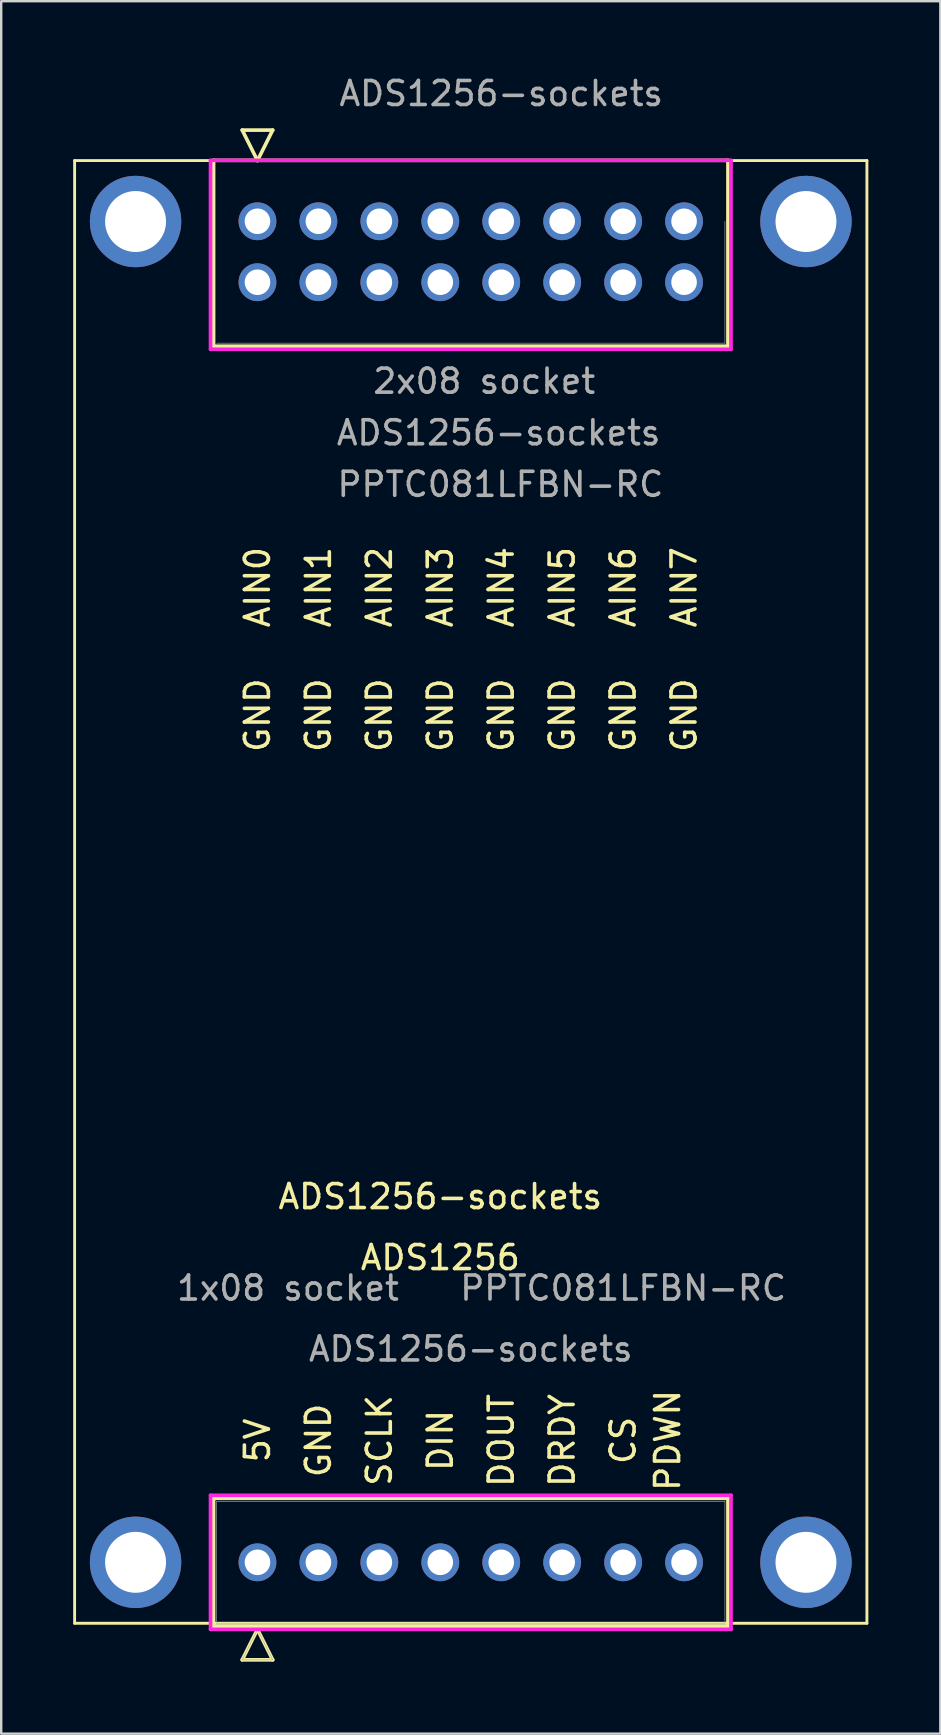
<source format=kicad_pcb>
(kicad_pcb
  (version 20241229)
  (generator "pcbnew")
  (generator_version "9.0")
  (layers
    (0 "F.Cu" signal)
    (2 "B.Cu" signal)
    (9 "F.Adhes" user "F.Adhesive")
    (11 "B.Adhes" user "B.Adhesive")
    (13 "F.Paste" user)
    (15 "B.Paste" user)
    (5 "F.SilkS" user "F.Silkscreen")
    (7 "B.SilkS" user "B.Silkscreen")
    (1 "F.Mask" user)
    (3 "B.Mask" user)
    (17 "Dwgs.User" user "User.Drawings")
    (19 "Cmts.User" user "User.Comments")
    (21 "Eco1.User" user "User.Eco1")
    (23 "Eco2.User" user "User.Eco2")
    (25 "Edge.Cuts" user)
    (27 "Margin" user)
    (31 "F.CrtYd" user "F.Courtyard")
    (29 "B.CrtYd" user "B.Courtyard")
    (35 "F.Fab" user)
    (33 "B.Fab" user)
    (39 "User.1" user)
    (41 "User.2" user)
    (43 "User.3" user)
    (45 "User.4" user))
  (footprint "ADS1256-sockets"
    (layer "F.Cu")
    (at 7.68 62.062)
    (property "Reference" "ADS1256-sockets" (at 7.62 -15.24 0) (layer "F.SilkS") (effects (font (size 1 1) (thickness 0.15))))
    (attr through_hole)
    (fp_line (start -7.62 -58.42) (end -7.62 2.54) (stroke (width 0.12) (type solid)) (layer "F.SilkS"))
    (fp_line (start -1.829 -58.43) (end -1.829 -50.683) (stroke (width 0.152) (type solid)) (layer "F.SilkS"))
    (fp_line (start -1.829 -50.683) (end 19.609 -50.683) (stroke (width 0.152) (type solid)) (layer "F.SilkS"))
    (fp_line (start -1.829 -2.667) (end -1.829 2.667) (stroke (width 0.152) (type solid)) (layer "F.SilkS"))
    (fp_line (start -1.829 2.667) (end 19.609 2.667) (stroke (width 0.152) (type solid)) (layer "F.SilkS"))
    (fp_line (start -0.635 -59.69) (end 0.635 -59.69) (stroke (width 0.152) (type solid)) (layer "F.SilkS"))
    (fp_line (start -0.635 4.064) (end 0 2.794) (stroke (width 0.152) (type solid)) (layer "F.SilkS"))
    (fp_line (start 0 -58.42) (end -0.635 -59.69) (stroke (width 0.152) (type solid)) (layer "F.SilkS"))
    (fp_line (start 0 2.794) (end 0.635 4.064) (stroke (width 0.152) (type solid)) (layer "F.SilkS"))
    (fp_line (start 0.635 -59.69) (end 0 -58.42) (stroke (width 0.152) (type solid)) (layer "F.SilkS"))
    (fp_line (start 0.635 4.064) (end -0.635 4.064) (stroke (width 0.152) (type solid)) (layer "F.SilkS"))
    (fp_line (start 19.609 -58.43) (end -1.829 -58.43) (stroke (width 0.152) (type solid)) (layer "F.SilkS"))
    (fp_line (start 19.609 -50.683) (end 19.609 -58.43) (stroke (width 0.152) (type solid)) (layer "F.SilkS"))
    (fp_line (start 19.609 -2.667) (end -1.829 -2.667) (stroke (width 0.152) (type solid)) (layer "F.SilkS"))
    (fp_line (start 19.609 2.667) (end 19.609 -2.667) (stroke (width 0.152) (type solid)) (layer "F.SilkS"))
    (fp_line (start 25.4 -58.42) (end -7.62 -58.42) (stroke (width 0.12) (type solid)) (layer "F.SilkS"))
    (fp_line (start 25.4 -58.42) (end 25.4 2.54) (stroke (width 0.12) (type solid)) (layer "F.SilkS"))
    (fp_line (start 25.4 2.54) (end -7.62 2.54) (stroke (width 0.12) (type solid)) (layer "F.SilkS"))
    (fp_line (start -1.956 -58.43) (end -1.956 -50.556) (stroke (width 0.152) (type solid)) (layer "F.CrtYd"))
    (fp_line (start -1.956 -50.556) (end 19.736 -50.556) (stroke (width 0.152) (type solid)) (layer "F.CrtYd"))
    (fp_line (start -1.956 -2.794) (end -1.956 2.794) (stroke (width 0.152) (type solid)) (layer "F.CrtYd"))
    (fp_line (start -1.956 2.794) (end 19.736 2.794) (stroke (width 0.152) (type solid)) (layer "F.CrtYd"))
    (fp_line (start 19.736 -58.43) (end -1.956 -58.43) (stroke (width 0.152) (type solid)) (layer "F.CrtYd"))
    (fp_line (start 19.736 -50.556) (end 19.736 -58.43) (stroke (width 0.152) (type solid)) (layer "F.CrtYd"))
    (fp_line (start 19.736 -2.794) (end -1.956 -2.794) (stroke (width 0.152) (type solid)) (layer "F.CrtYd"))
    (fp_line (start 19.736 2.794) (end 19.736 -2.794) (stroke (width 0.152) (type solid)) (layer "F.CrtYd"))
    (fp_line (start -1.702 -50.81) (end 19.482 -50.81) (stroke (width 0.025) (type solid)) (layer "F.Fab"))
    (fp_line (start -1.702 -2.54) (end -1.702 2.54) (stroke (width 0.025) (type solid)) (layer "F.Fab"))
    (fp_line (start -1.702 2.54) (end 19.482 2.54) (stroke (width 0.025) (type solid)) (layer "F.Fab"))
    (fp_line (start -0.635 4.064) (end 0 2.794) (stroke (width 0.025) (type solid)) (layer "F.Fab"))
    (fp_line (start 0 2.794) (end 0.635 4.064) (stroke (width 0.025) (type solid)) (layer "F.Fab"))
    (fp_line (start 0.635 4.064) (end -0.635 4.064) (stroke (width 0.025) (type solid)) (layer "F.Fab"))
    (fp_line (start 19.482 -50.81) (end 19.482 -55.89) (stroke (width 0.025) (type solid)) (layer "F.Fab"))
    (fp_line (start 19.482 -2.54) (end -1.702 -2.54) (stroke (width 0.025) (type solid)) (layer "F.Fab"))
    (fp_line (start 19.482 2.54) (end 19.482 -2.54) (stroke (width 0.025) (type solid)) (layer "F.Fab"))
    (fp_text user "CS" (at 15.24 -5.08 270) (layer "F.SilkS") (effects (font (size 1 1) (thickness 0.15))))
    (fp_text user "AIN2" (at 5.08 -40.64 270) (layer "F.SilkS") (effects (font (size 1 1) (thickness 0.15))))
    (fp_text user "GND" (at 5.08 -35.306 270) (layer "F.SilkS") (effects (font (size 1 1) (thickness 0.15))))
    (fp_text user "AIN0" (at 0 -40.64 270) (layer "F.SilkS") (effects (font (size 1 1) (thickness 0.15))))
    (fp_text user "SCLK" (at 5.08 -5.08 270) (layer "F.SilkS") (effects (font (size 1 1) (thickness 0.15))))
    (fp_text user "AIN5" (at 12.7 -40.64 270) (layer "F.SilkS") (effects (font (size 1 1) (thickness 0.15))))
    (fp_text user "AIN6" (at 15.24 -40.64 270) (layer "F.SilkS") (effects (font (size 1 1) (thickness 0.15))))
    (fp_text user "5V" (at 0 -5.08 270) (layer "F.SilkS") (effects (font (size 1 1) (thickness 0.15))))
    (fp_text user "GND" (at 15.24 -35.306 270) (layer "F.SilkS") (effects (font (size 1 1) (thickness 0.15))))
    (fp_text user "GND" (at 17.78 -35.306 270) (layer "F.SilkS") (effects (font (size 1 1) (thickness 0.15))))
    (fp_text user "DOUT" (at 10.16 -5.08 270) (layer "F.SilkS") (effects (font (size 1 1) (thickness 0.15))))
    (fp_text user "AIN3" (at 7.62 -40.64 270) (layer "F.SilkS") (effects (font (size 1 1) (thickness 0.15))))
    (fp_text user "AIN7" (at 17.78 -40.64 270) (layer "F.SilkS") (effects (font (size 1 1) (thickness 0.15))))
    (fp_text user "GND" (at 12.7 -35.306 270) (layer "F.SilkS") (effects (font (size 1 1) (thickness 0.15))))
    (fp_text user "AIN1" (at 2.54 -40.64 270) (layer "F.SilkS") (effects (font (size 1 1) (thickness 0.15))))
    (fp_text user "GND" (at 10.16 -35.306 270) (layer "F.SilkS") (effects (font (size 1 1) (thickness 0.15))))
    (fp_text user "GND" (at 7.62 -35.306 270) (layer "F.SilkS") (effects (font (size 1 1) (thickness 0.15))))
    (fp_text user "AIN4" (at 10.16 -40.64 270) (layer "F.SilkS") (effects (font (size 1 1) (thickness 0.15))))
    (fp_text user "GND" (at 0 -35.306 270) (layer "F.SilkS") (effects (font (size 1 1) (thickness 0.15))))
    (fp_text user "PDWN" (at 17.094 -5.08 270) (layer "F.SilkS") (effects (font (size 1 1) (thickness 0.15))))
    (fp_text user "DIN" (at 7.62 -5.08 270) (layer "F.SilkS") (effects (font (size 1 1) (thickness 0.15))))
    (fp_text user "GND" (at 2.54 -5.08 270) (layer "F.SilkS") (effects (font (size 1 1) (thickness 0.15))))
    (fp_text user "ADS1256" (at 7.62 -12.7 180) (layer "F.SilkS") (effects (font (size 1 1) (thickness 0.15))))
    (fp_text user "DRDY" (at 12.7 -5.08 270) (layer "F.SilkS") (effects (font (size 1 1) (thickness 0.15))))
    (fp_text user "GND" (at 2.54 -35.306 270) (layer "F.SilkS") (effects (font (size 1 1) (thickness 0.15))))
    (fp_text user "${REFERENCE}" (at 10.16 -61.214 0) (unlocked yes) (layer "F.Fab") (effects (font (size 1 1) (thickness 0.15))))
    (fp_text user "${REFERENCE}" (at 10.05 -47.075 0) (unlocked yes) (layer "F.Fab") (effects (font (size 1 1) (thickness 0.15))))
    (fp_text user "PPTC081LFBN-RC" (at 15.24 -11.43 0) (layer "F.Fab") (effects (font (size 1 1) (thickness 0.15))))
    (fp_text user "2x08 socket" (at 9.45 -49.225 0) (unlocked yes) (layer "F.Fab") (effects (font (size 1 1) (thickness 0.15))))
    (fp_text user "1x08 socket" (at 1.27 -11.43 0) (unlocked yes) (layer "F.Fab") (effects (font (size 1 1) (thickness 0.15))))
    (fp_text user "PPTC081LFBN-RC" (at 10.125 -44.925 0) (layer "F.Fab") (effects (font (size 1 1) (thickness 0.15))))
    (fp_text user "${REFERENCE}" (at 8.89 -8.89 0) (unlocked yes) (layer "F.Fab") (effects (font (size 1 1) (thickness 0.15))))
    (pad "" np_thru_hole circle (at -5.08 -55.88 270) (size 3.81 3.81) (drill 2.54) (layers "*.Cu" "*.Mask"))
    (pad "" np_thru_hole circle (at -5.08 0 270) (size 3.81 3.81) (drill 2.54) (layers "*.Cu" "*.Mask"))
    (pad "" np_thru_hole circle (at 22.86 -55.88 270) (size 3.81 3.81) (drill 2.54) (layers "*.Cu" "*.Mask"))
    (pad "" np_thru_hole circle (at 22.86 0 270) (size 3.81 3.81) (drill 2.54) (layers "*.Cu" "*.Mask"))
    (pad "1" thru_hole circle (at 0 0 180) (size 1.575 1.575) (drill 1.067) (layers "*.Cu" "*.Mask"))
    (pad "2" thru_hole circle (at 2.54 0 180) (size 1.575 1.575) (drill 1.067) (layers "*.Cu" "*.Mask"))
    (pad "3" thru_hole circle (at 5.08 0 180) (size 1.575 1.575) (drill 1.067) (layers "*.Cu" "*.Mask"))
    (pad "4" thru_hole circle (at 7.62 0 180) (size 1.575 1.575) (drill 1.067) (layers "*.Cu" "*.Mask"))
    (pad "5" thru_hole circle (at 10.16 0 180) (size 1.575 1.575) (drill 1.067) (layers "*.Cu" "*.Mask"))
    (pad "6" thru_hole circle (at 12.7 0 180) (size 1.575 1.575) (drill 1.067) (layers "*.Cu" "*.Mask"))
    (pad "7" thru_hole circle (at 15.24 0 180) (size 1.575 1.575) (drill 1.067) (layers "*.Cu" "*.Mask"))
    (pad "8" thru_hole circle (at 17.78 0 180) (size 1.575 1.575) (drill 1.067) (layers "*.Cu" "*.Mask"))
    (pad "9" thru_hole circle (at 0 -55.89 180) (size 1.575 1.575) (drill 1.067) (layers "*.Cu" "*.Mask"))
    (pad "10" thru_hole circle (at 2.54 -55.89 180) (size 1.575 1.575) (drill 1.067) (layers "*.Cu" "*.Mask"))
    (pad "11" thru_hole circle (at 5.08 -55.89 180) (size 1.575 1.575) (drill 1.067) (layers "*.Cu" "*.Mask"))
    (pad "12" thru_hole circle (at 7.62 -55.89 180) (size 1.575 1.575) (drill 1.067) (layers "*.Cu" "*.Mask"))
    (pad "13" thru_hole circle (at 10.16 -55.89 180) (size 1.575 1.575) (drill 1.067) (layers "*.Cu" "*.Mask"))
    (pad "14" thru_hole circle (at 12.7 -55.89 180) (size 1.575 1.575) (drill 1.067) (layers "*.Cu" "*.Mask"))
    (pad "15" thru_hole circle (at 15.24 -55.89 180) (size 1.575 1.575) (drill 1.067) (layers "*.Cu" "*.Mask"))
    (pad "16" thru_hole circle (at 17.78 -55.89 180) (size 1.575 1.575) (drill 1.067) (layers "*.Cu" "*.Mask"))
    (pad "17" thru_hole circle (at 17.78 -53.35 180) (size 1.575 1.575) (drill 1.067) (layers "*.Cu" "*.Mask"))
    (pad "18" thru_hole circle (at 15.24 -53.35 180) (size 1.575 1.575) (drill 1.067) (layers "*.Cu" "*.Mask"))
    (pad "19" thru_hole circle (at 12.7 -53.35 180) (size 1.575 1.575) (drill 1.067) (layers "*.Cu" "*.Mask"))
    (pad "20" thru_hole circle (at 10.16 -53.35 180) (size 1.575 1.575) (drill 1.067) (layers "*.Cu" "*.Mask"))
    (pad "21" thru_hole circle (at 7.62 -53.35 180) (size 1.575 1.575) (drill 1.067) (layers "*.Cu" "*.Mask"))
    (pad "22" thru_hole circle (at 5.08 -53.35 180) (size 1.575 1.575) (drill 1.067) (layers "*.Cu" "*.Mask"))
    (pad "23" thru_hole circle (at 2.54 -53.35 180) (size 1.575 1.575) (drill 1.067) (layers "*.Cu" "*.Mask"))
    (pad "24" thru_hole circle (at 0 -53.35 180) (size 1.575 1.575) (drill 1.067) (layers "*.Cu" "*.Mask")))
  (gr_rect
    (start -3 -3)
    (end 36.14 69.202)
    (stroke (width 0.1) (type default))
    (fill no)
    (layer "Edge.Cuts")))
</source>
